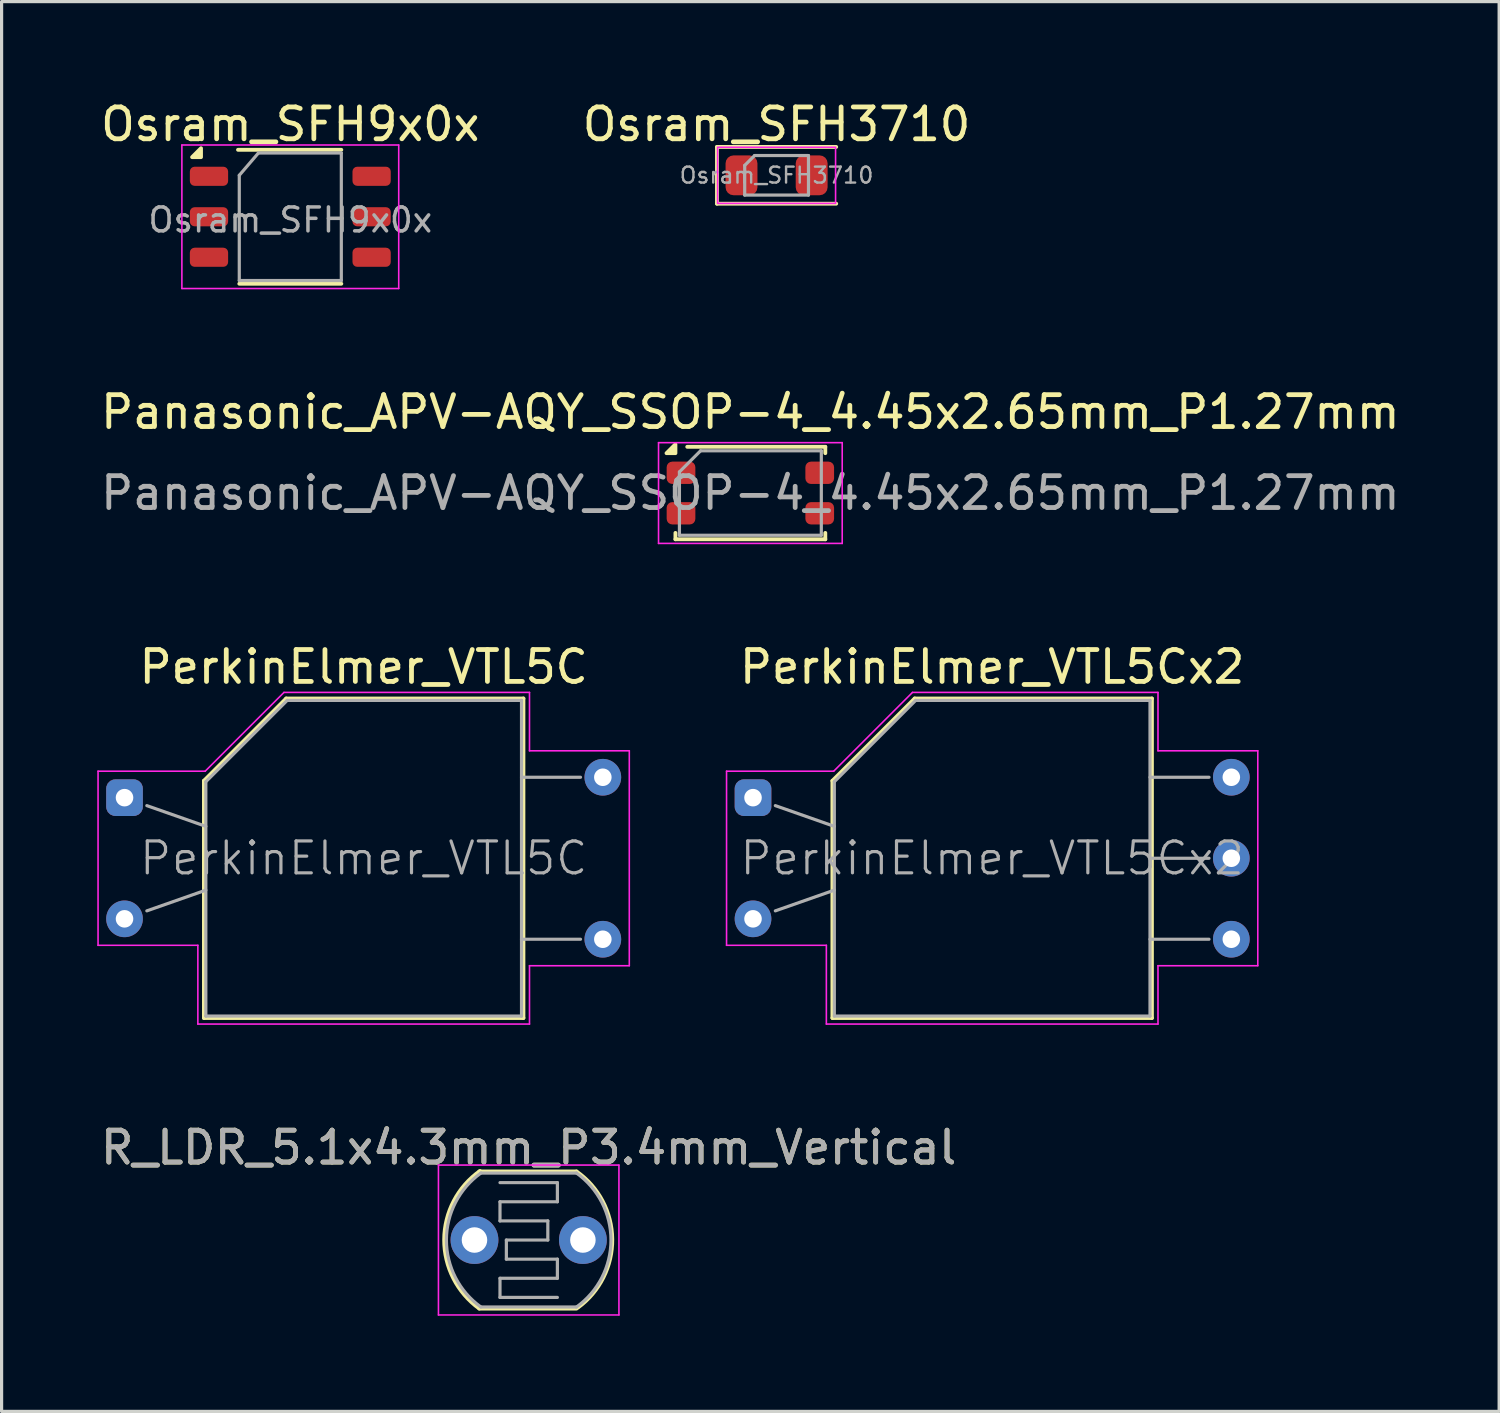
<source format=kicad_pcb>
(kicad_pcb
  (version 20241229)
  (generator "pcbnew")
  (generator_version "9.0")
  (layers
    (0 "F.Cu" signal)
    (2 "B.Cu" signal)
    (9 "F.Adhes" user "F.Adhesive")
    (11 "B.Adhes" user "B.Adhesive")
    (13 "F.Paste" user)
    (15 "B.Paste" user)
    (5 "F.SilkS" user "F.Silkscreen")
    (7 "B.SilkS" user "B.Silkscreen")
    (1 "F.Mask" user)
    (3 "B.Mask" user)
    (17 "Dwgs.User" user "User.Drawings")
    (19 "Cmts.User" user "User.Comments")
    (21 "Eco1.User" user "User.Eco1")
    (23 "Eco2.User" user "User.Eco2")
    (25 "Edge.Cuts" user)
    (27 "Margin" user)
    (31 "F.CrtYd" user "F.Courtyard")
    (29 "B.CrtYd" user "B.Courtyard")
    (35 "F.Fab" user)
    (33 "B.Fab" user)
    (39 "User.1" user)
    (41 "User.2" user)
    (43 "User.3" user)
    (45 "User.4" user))
  (footprint "R_LDR_5.1x4.3mm_P3.4mm_Vertical"
    (layer "F.Cu")
    (at 11.83 35.838)
    (property "Reference" "R_LDR_5.1x4.3mm_P3.4mm_Vertical" (at 1.7 -2.9 0) (layer "F.SilkS") (effects (font (size 1 1) (thickness 0.15))))
    (attr through_hole)
    (fp_line (start 0.15 -2.15) (end 3.2 -2.15) (stroke (width 0.12) (type solid)) (layer "F.SilkS"))
    (fp_line (start 0.15 2.15) (end 3.2 2.15) (stroke (width 0.12) (type solid)) (layer "F.SilkS"))
    (fp_arc (start 0.15 2.15) (mid -0.950438 -0.013368) (end 0.171766 -2.165525) (stroke (width 0.12) (type solid)) (layer "F.SilkS"))
    (fp_arc (start 3.2 -2.15) (mid 4.321403 -0.027338) (end 3.244513 2.118249) (stroke (width 0.12) (type solid)) (layer "F.SilkS"))
    (fp_line (start -1.13 -2.35) (end -1.13 2.35) (stroke (width 0.05) (type solid)) (layer "F.CrtYd"))
    (fp_line (start -1.13 -2.35) (end 4.53 -2.35) (stroke (width 0.05) (type solid)) (layer "F.CrtYd"))
    (fp_line (start 4.53 2.35) (end -1.13 2.35) (stroke (width 0.05) (type solid)) (layer "F.CrtYd"))
    (fp_line (start 4.53 2.35) (end 4.53 -2.35) (stroke (width 0.05) (type solid)) (layer "F.CrtYd"))
    (fp_line (start 0.2 -2.1) (end 3.2 -2.1) (stroke (width 0.1) (type solid)) (layer "F.Fab"))
    (fp_line (start 0.8 -1.8) (end 2.6 -1.8) (stroke (width 0.1) (type solid)) (layer "F.Fab"))
    (fp_line (start 0.8 -1.2) (end 0.8 -0.6) (stroke (width 0.1) (type solid)) (layer "F.Fab"))
    (fp_line (start 0.8 1.2) (end 0.8 1.8) (stroke (width 0.1) (type solid)) (layer "F.Fab"))
    (fp_line (start 0.8 1.8) (end 2.6 1.8) (stroke (width 0.1) (type solid)) (layer "F.Fab"))
    (fp_line (start 1 0) (end 1 0.6) (stroke (width 0.1) (type solid)) (layer "F.Fab"))
    (fp_line (start 1 0) (end 2.3 0) (stroke (width 0.1) (type solid)) (layer "F.Fab"))
    (fp_line (start 2.3 -0.6) (end 0.8 -0.6) (stroke (width 0.1) (type solid)) (layer "F.Fab"))
    (fp_line (start 2.3 0) (end 2.3 -0.6) (stroke (width 0.1) (type solid)) (layer "F.Fab"))
    (fp_line (start 2.6 -1.8) (end 2.6 -1.2) (stroke (width 0.1) (type solid)) (layer "F.Fab"))
    (fp_line (start 2.6 -1.2) (end 0.8 -1.2) (stroke (width 0.1) (type solid)) (layer "F.Fab"))
    (fp_line (start 2.6 0.6) (end 1 0.6) (stroke (width 0.1) (type solid)) (layer "F.Fab"))
    (fp_line (start 2.6 0.6) (end 2.6 1.2) (stroke (width 0.1) (type solid)) (layer "F.Fab"))
    (fp_line (start 2.6 1.2) (end 0.8 1.2) (stroke (width 0.1) (type solid)) (layer "F.Fab"))
    (fp_line (start 3.2 2.1) (end 0.2 2.1) (stroke (width 0.1) (type solid)) (layer "F.Fab"))
    (fp_arc (start 0.2 2.1) (mid -0.880697 -0.001697) (end 0.202763 -2.101971) (stroke (width 0.1) (type solid)) (layer "F.Fab"))
    (fp_arc (start 3.2 -2.1) (mid 4.280697 0.001697) (end 3.197237 2.101971) (stroke (width 0.1) (type solid)) (layer "F.Fab"))
    (fp_text user "${REFERENCE}" (at 1.7 -2.9 0) (layer "F.Fab") (effects (font (size 1 1) (thickness 0.15))))
    (pad "1" thru_hole circle (at 0 0) (size 1.5 1.5) (drill 0.8) (layers "*.Cu" "*.Mask"))
    (pad "2" thru_hole circle (at 3.4 0) (size 1.5 1.5) (drill 0.8) (layers "*.Cu" "*.Mask")))
  (footprint "PerkinElmer_VTL5Cx2"
    (layer "F.Cu")
    (at 20.565 21.965)
    (property "Reference" "PerkinElmer_VTL5Cx2" (at 7.5 -4.1 0) (layer "F.SilkS") (effects (font (size 1 1) (thickness 0.15))))
    (attr through_hole)
    (fp_line (start 2.49 -0.53) (end 2.49 6.91) (stroke (width 0.12) (type solid)) (layer "F.SilkS"))
    (fp_line (start 2.49 6.91) (end 12.51 6.91) (stroke (width 0.12) (type solid)) (layer "F.SilkS"))
    (fp_line (start 5.07 -3.11) (end 2.49 -0.53) (stroke (width 0.12) (type solid)) (layer "F.SilkS"))
    (fp_line (start 12.51 -3.11) (end 5.07 -3.11) (stroke (width 0.12) (type solid)) (layer "F.SilkS"))
    (fp_line (start 12.51 6.91) (end 12.51 -3.11) (stroke (width 0.12) (type solid)) (layer "F.SilkS"))
    (fp_line (start -0.83 -0.83) (end 2.53 -0.83) (stroke (width 0.05) (type solid)) (layer "F.CrtYd"))
    (fp_line (start -0.83 4.63) (end -0.83 -0.83) (stroke (width 0.05) (type solid)) (layer "F.CrtYd"))
    (fp_line (start -0.83 4.63) (end 2.3 4.63) (stroke (width 0.05) (type solid)) (layer "F.CrtYd"))
    (fp_line (start 2.3 7.1) (end 2.3 4.63) (stroke (width 0.05) (type solid)) (layer "F.CrtYd"))
    (fp_line (start 2.53 -0.83) (end 5 -3.3) (stroke (width 0.05) (type solid)) (layer "F.CrtYd"))
    (fp_line (start 5 -3.3) (end 12.7 -3.3) (stroke (width 0.05) (type solid)) (layer "F.CrtYd"))
    (fp_line (start 12.7 -1.47) (end 12.7 -3.3) (stroke (width 0.05) (type solid)) (layer "F.CrtYd"))
    (fp_line (start 12.7 -1.47) (end 15.83 -1.47) (stroke (width 0.05) (type solid)) (layer "F.CrtYd"))
    (fp_line (start 12.7 5.27) (end 12.7 7.1) (stroke (width 0.05) (type solid)) (layer "F.CrtYd"))
    (fp_line (start 12.7 5.27) (end 15.83 5.27) (stroke (width 0.05) (type solid)) (layer "F.CrtYd"))
    (fp_line (start 12.7 7.1) (end 2.3 7.1) (stroke (width 0.05) (type solid)) (layer "F.CrtYd"))
    (fp_line (start 15.83 5.27) (end 15.83 -1.47) (stroke (width 0.05) (type solid)) (layer "F.CrtYd"))
    (fp_line (start 0.7 0.25) (end 2.55 0.9) (stroke (width 0.1) (type solid)) (layer "F.Fab"))
    (fp_line (start 0.7 3.55) (end 2.55 2.9) (stroke (width 0.1) (type solid)) (layer "F.Fab"))
    (fp_line (start 2.55 6.85) (end 2.55 -0.5) (stroke (width 0.1) (type solid)) (layer "F.Fab"))
    (fp_line (start 5.1 -3.05) (end 2.55 -0.5) (stroke (width 0.1) (type solid)) (layer "F.Fab"))
    (fp_line (start 5.1 -3.05) (end 12.45 -3.05) (stroke (width 0.1) (type solid)) (layer "F.Fab"))
    (fp_line (start 12.45 -3.05) (end 12.45 6.85) (stroke (width 0.1) (type solid)) (layer "F.Fab"))
    (fp_line (start 12.45 6.85) (end 2.55 6.85) (stroke (width 0.1) (type solid)) (layer "F.Fab"))
    (fp_line (start 14.3 -0.64) (end 12.45 -0.64) (stroke (width 0.1) (type solid)) (layer "F.Fab"))
    (fp_line (start 14.3 1.9) (end 12.45 1.9) (stroke (width 0.1) (type solid)) (layer "F.Fab"))
    (fp_line (start 14.3 4.44) (end 12.45 4.44) (stroke (width 0.1) (type solid)) (layer "F.Fab"))
    (fp_text user "${REFERENCE}" (at 7.5 1.9 0) (layer "F.Fab") (effects (font (size 1 1) (thickness 0.1))))
    (pad "1" thru_hole roundrect (at 0 0) (size 1.15 1.15) (drill 0.55) (layers "*.Cu" "*.Mask") (roundrect_rratio 0.25))
    (pad "2" thru_hole circle (at 0 3.8) (size 1.15 1.15) (drill 0.55) (layers "*.Cu" "*.Mask"))
    (pad "3" thru_hole circle (at 15 -0.64) (size 1.15 1.15) (drill 0.55) (layers "*.Cu" "*.Mask"))
    (pad "4" thru_hole circle (at 15 1.9) (size 1.15 1.15) (drill 0.55) (layers "*.Cu" "*.Mask"))
    (pad "5" thru_hole circle (at 15 4.44) (size 1.15 1.15) (drill 0.55) (layers "*.Cu" "*.Mask")))
  (footprint "Osram_SFH9x0x"
    (layer "F.Cu")
    (at 6.054 3.748)
    (property "Reference" "Osram_SFH9x0x" (at 0 -2.9 0) (layer "F.SilkS") (effects (font (size 1 1) (thickness 0.15))))
    (attr smd)
    (fp_line (start -1.6 2.1) (end 1.6 2.1) (stroke (width 0.12) (type solid)) (layer "F.SilkS"))
    (fp_line (start 1.6 -2.1) (end -1.64 -2.1) (stroke (width 0.12) (type solid)) (layer "F.SilkS"))
    (fp_poly (pts (xy -2.8 -1.87) (xy -3.08 -1.87) (xy -2.8 -2.15) (xy -2.8 -1.87)) (stroke (width 0.12) (type solid)) (fill yes) (layer "F.SilkS"))
    (fp_line (start -3.4 -2.25) (end -3.4 2.25) (stroke (width 0.05) (type solid)) (layer "F.CrtYd"))
    (fp_line (start -3.4 -2.25) (end 3.4 -2.25) (stroke (width 0.05) (type solid)) (layer "F.CrtYd"))
    (fp_line (start 3.4 2.25) (end -3.4 2.25) (stroke (width 0.05) (type solid)) (layer "F.CrtYd"))
    (fp_line (start 3.4 2.25) (end 3.4 -2.25) (stroke (width 0.05) (type solid)) (layer "F.CrtYd"))
    (fp_line (start -1.6 -1.3) (end -1.6 2) (stroke (width 0.1) (type solid)) (layer "F.Fab"))
    (fp_line (start -1.6 2) (end 1.6 2) (stroke (width 0.1) (type solid)) (layer "F.Fab"))
    (fp_line (start -1 -2) (end -1.6 -1.3) (stroke (width 0.1) (type solid)) (layer "F.Fab"))
    (fp_line (start 1.6 -2) (end -1 -2) (stroke (width 0.1) (type solid)) (layer "F.Fab"))
    (fp_line (start 1.6 2) (end 1.6 -2) (stroke (width 0.1) (type solid)) (layer "F.Fab"))
    (fp_text user "${REFERENCE}" (at 0 0.1 0) (layer "F.Fab") (effects (font (size 0.75 0.75) (thickness 0.11))))
    (pad "1" smd roundrect (at -2.55 -1.27) (size 1.2 0.6) (layers "F.Cu" "F.Mask" "F.Paste") (roundrect_rratio 0.25))
    (pad "2" smd roundrect (at -2.55 0) (size 1.2 0.6) (layers "F.Cu" "F.Mask" "F.Paste") (roundrect_rratio 0.25))
    (pad "3" smd roundrect (at -2.55 1.27) (size 1.2 0.6) (layers "F.Cu" "F.Mask" "F.Paste") (roundrect_rratio 0.25))
    (pad "4" smd roundrect (at 2.55 1.27) (size 1.2 0.6) (layers "F.Cu" "F.Mask" "F.Paste") (roundrect_rratio 0.25))
    (pad "5" smd roundrect (at 2.55 0) (size 1.2 0.6) (layers "F.Cu" "F.Mask" "F.Paste") (roundrect_rratio 0.25))
    (pad "6" smd roundrect (at 2.55 -1.27) (size 1.2 0.6) (layers "F.Cu" "F.Mask" "F.Paste") (roundrect_rratio 0.25)))
  (footprint "Panasonic_APV-AQY_SSOP-4_4.45x2.65mm_P1.27mm"
    (layer "F.Cu")
    (at 20.482 12.412)
    (property "Reference" "Panasonic_APV-AQY_SSOP-4_4.45x2.65mm_P1.27mm" (at 0 -2.54 0) (layer "F.SilkS") (effects (font (size 1 1) (thickness 0.15))))
    (attr smd)
    (fp_line (start -2.35 1.25) (end -2.35 1.45) (stroke (width 0.12) (type solid)) (layer "F.SilkS"))
    (fp_line (start -2.35 1.45) (end 2.35 1.45) (stroke (width 0.12) (type solid)) (layer "F.SilkS"))
    (fp_line (start 2.35 -1.45) (end -1.98 -1.45) (stroke (width 0.12) (type solid)) (layer "F.SilkS"))
    (fp_line (start 2.35 -1.25) (end 2.35 -1.45) (stroke (width 0.12) (type solid)) (layer "F.SilkS"))
    (fp_line (start 2.35 1.45) (end 2.35 1.25) (stroke (width 0.12) (type solid)) (layer "F.SilkS"))
    (fp_poly (pts (xy -2.35 -1.25) (xy -2.63 -1.25) (xy -2.35 -1.53) (xy -2.35 -1.25)) (stroke (width 0.12) (type solid)) (fill yes) (layer "F.SilkS"))
    (fp_line (start -2.88 -1.58) (end -2.88 1.58) (stroke (width 0.05) (type solid)) (layer "F.CrtYd"))
    (fp_line (start -2.88 -1.58) (end 2.88 -1.58) (stroke (width 0.05) (type solid)) (layer "F.CrtYd"))
    (fp_line (start -2.88 1.58) (end 2.88 1.58) (stroke (width 0.05) (type solid)) (layer "F.CrtYd"))
    (fp_line (start 2.88 -1.58) (end 2.88 1.58) (stroke (width 0.05) (type solid)) (layer "F.CrtYd"))
    (fp_line (start -2.225 -0.662) (end -2.225 1.325) (stroke (width 0.1) (type solid)) (layer "F.Fab"))
    (fp_line (start -2.225 -0.662) (end -1.562 -1.325) (stroke (width 0.1) (type solid)) (layer "F.Fab"))
    (fp_line (start -2.225 1.325) (end 2.225 1.325) (stroke (width 0.1) (type solid)) (layer "F.Fab"))
    (fp_line (start -1.562 -1.325) (end 2.225 -1.325) (stroke (width 0.1) (type solid)) (layer "F.Fab"))
    (fp_line (start 2.225 -1.325) (end 2.225 1.325) (stroke (width 0.1) (type solid)) (layer "F.Fab"))
    (fp_text user "${REFERENCE}" (at 0 0 0) (layer "F.Fab") (effects (font (size 1 1) (thickness 0.15))))
    (pad "1" smd roundrect (at -2.175 -0.635) (size 0.9 0.7) (layers "F.Cu" "F.Mask" "F.Paste") (roundrect_rratio 0.25))
    (pad "2" smd roundrect (at -2.175 0.635) (size 0.9 0.7) (layers "F.Cu" "F.Mask" "F.Paste") (roundrect_rratio 0.25))
    (pad "3" smd roundrect (at 2.175 0.635) (size 0.9 0.7) (layers "F.Cu" "F.Mask" "F.Paste") (roundrect_rratio 0.25))
    (pad "4" smd roundrect (at 2.175 -0.635) (size 0.9 0.7) (layers "F.Cu" "F.Mask" "F.Paste") (roundrect_rratio 0.25)))
  (footprint "Osram_SFH3710"
    (layer "F.Cu")
    (at 21.304 2.448)
    (property "Reference" "Osram_SFH3710" (at 0 -1.6 0) (layer "F.SilkS") (effects (font (size 1 1) (thickness 0.15))))
    (attr smd)
    (fp_line (start -1.87 0.89) (end -1.87 -0.89) (stroke (width 0.12) (type default)) (layer "F.SilkS"))
    (fp_line (start -1.87 0.89) (end 1.87 0.89) (stroke (width 0.12) (type solid)) (layer "F.SilkS"))
    (fp_line (start 1.87 -0.89) (end -1.87 -0.89) (stroke (width 0.12) (type solid)) (layer "F.SilkS"))
    (fp_rect (start -1.85 -0.88) (end 1.85 0.88) (stroke (width 0.05) (type solid)) (fill no) (layer "F.CrtYd"))
    (fp_line (start -1 -0.31) (end -0.69 -0.62) (stroke (width 0.1) (type default)) (layer "F.Fab"))
    (fp_line (start -1 0.62) (end -1 -0.31) (stroke (width 0.1) (type default)) (layer "F.Fab"))
    (fp_line (start -0.69 -0.62) (end 1 -0.62) (stroke (width 0.1) (type default)) (layer "F.Fab"))
    (fp_line (start 1 -0.62) (end 1 0.62) (stroke (width 0.1) (type default)) (layer "F.Fab"))
    (fp_line (start 1 0.62) (end -1 0.62) (stroke (width 0.1) (type default)) (layer "F.Fab"))
    (fp_text user "${REFERENCE}" (at 0 0 0) (layer "F.Fab") (effects (font (size 0.5 0.5) (thickness 0.075))))
    (pad "1" smd roundrect (at -1.1 0) (size 1 1.25) (layers "F.Cu" "F.Mask" "F.Paste") (roundrect_rratio 0.25))
    (pad "2" smd roundrect (at 1.1 0) (size 1 1.25) (layers "F.Cu" "F.Mask" "F.Paste") (roundrect_rratio 0.25)))
  (footprint "PerkinElmer_VTL5C"
    (layer "F.Cu")
    (at 0.855 21.965)
    (property "Reference" "PerkinElmer_VTL5C" (at 7.5 -4.1 0) (layer "F.SilkS") (effects (font (size 1 1) (thickness 0.15))))
    (attr through_hole)
    (fp_line (start 2.49 -0.53) (end 2.49 6.91) (stroke (width 0.12) (type solid)) (layer "F.SilkS"))
    (fp_line (start 2.49 6.91) (end 12.51 6.91) (stroke (width 0.12) (type solid)) (layer "F.SilkS"))
    (fp_line (start 5.07 -3.11) (end 2.49 -0.53) (stroke (width 0.12) (type solid)) (layer "F.SilkS"))
    (fp_line (start 12.51 -3.11) (end 5.07 -3.11) (stroke (width 0.12) (type solid)) (layer "F.SilkS"))
    (fp_line (start 12.51 6.91) (end 12.51 -3.11) (stroke (width 0.12) (type solid)) (layer "F.SilkS"))
    (fp_line (start -0.83 4.63) (end -0.83 -0.83) (stroke (width 0.05) (type solid)) (layer "F.CrtYd"))
    (fp_line (start 2.3 4.63) (end -0.83 4.63) (stroke (width 0.05) (type solid)) (layer "F.CrtYd"))
    (fp_line (start 2.3 7.1) (end 2.3 4.63) (stroke (width 0.05) (type solid)) (layer "F.CrtYd"))
    (fp_line (start 2.53 -0.83) (end -0.83 -0.83) (stroke (width 0.05) (type solid)) (layer "F.CrtYd"))
    (fp_line (start 2.53 -0.83) (end 5 -3.3) (stroke (width 0.05) (type solid)) (layer "F.CrtYd"))
    (fp_line (start 5 -3.3) (end 12.7 -3.3) (stroke (width 0.05) (type solid)) (layer "F.CrtYd"))
    (fp_line (start 12.7 -3.3) (end 12.7 -1.47) (stroke (width 0.05) (type solid)) (layer "F.CrtYd"))
    (fp_line (start 12.7 5.27) (end 12.7 7.1) (stroke (width 0.05) (type solid)) (layer "F.CrtYd"))
    (fp_line (start 12.7 7.1) (end 2.3 7.1) (stroke (width 0.05) (type solid)) (layer "F.CrtYd"))
    (fp_line (start 15.83 -1.47) (end 12.7 -1.47) (stroke (width 0.05) (type solid)) (layer "F.CrtYd"))
    (fp_line (start 15.83 5.27) (end 12.7 5.27) (stroke (width 0.05) (type solid)) (layer "F.CrtYd"))
    (fp_line (start 15.83 5.27) (end 15.83 -1.47) (stroke (width 0.05) (type solid)) (layer "F.CrtYd"))
    (fp_line (start 0.7 0.25) (end 2.55 0.9) (stroke (width 0.1) (type solid)) (layer "F.Fab"))
    (fp_line (start 0.7 3.55) (end 2.55 2.9) (stroke (width 0.1) (type solid)) (layer "F.Fab"))
    (fp_line (start 2.55 6.85) (end 2.55 -0.5) (stroke (width 0.1) (type solid)) (layer "F.Fab"))
    (fp_line (start 5.1 -3.05) (end 2.55 -0.5) (stroke (width 0.1) (type solid)) (layer "F.Fab"))
    (fp_line (start 5.1 -3.05) (end 12.45 -3.05) (stroke (width 0.1) (type solid)) (layer "F.Fab"))
    (fp_line (start 12.45 -3.05) (end 12.45 6.85) (stroke (width 0.1) (type solid)) (layer "F.Fab"))
    (fp_line (start 12.45 6.85) (end 2.55 6.85) (stroke (width 0.1) (type solid)) (layer "F.Fab"))
    (fp_line (start 14.3 -0.64) (end 12.45 -0.64) (stroke (width 0.1) (type solid)) (layer "F.Fab"))
    (fp_line (start 14.3 4.44) (end 12.45 4.44) (stroke (width 0.1) (type solid)) (layer "F.Fab"))
    (fp_text user "${REFERENCE}" (at 7.5 1.9 0) (layer "F.Fab") (effects (font (size 1 1) (thickness 0.1))))
    (pad "1" thru_hole roundrect (at 0 0) (size 1.15 1.15) (drill 0.55) (layers "*.Cu" "*.Mask") (roundrect_rratio 0.25))
    (pad "2" thru_hole circle (at 0 3.8) (size 1.15 1.15) (drill 0.55) (layers "*.Cu" "*.Mask"))
    (pad "3" thru_hole circle (at 15 -0.64) (size 1.15 1.15) (drill 0.55) (layers "*.Cu" "*.Mask"))
    (pad "4" thru_hole circle (at 15 4.44) (size 1.15 1.15) (drill 0.55) (layers "*.Cu" "*.Mask")))
  (gr_rect
    (start -3 -3)
    (end 43.964 41.213)
    (stroke (width 0.1) (type default))
    (fill no)
    (layer "Edge.Cuts")))
</source>
